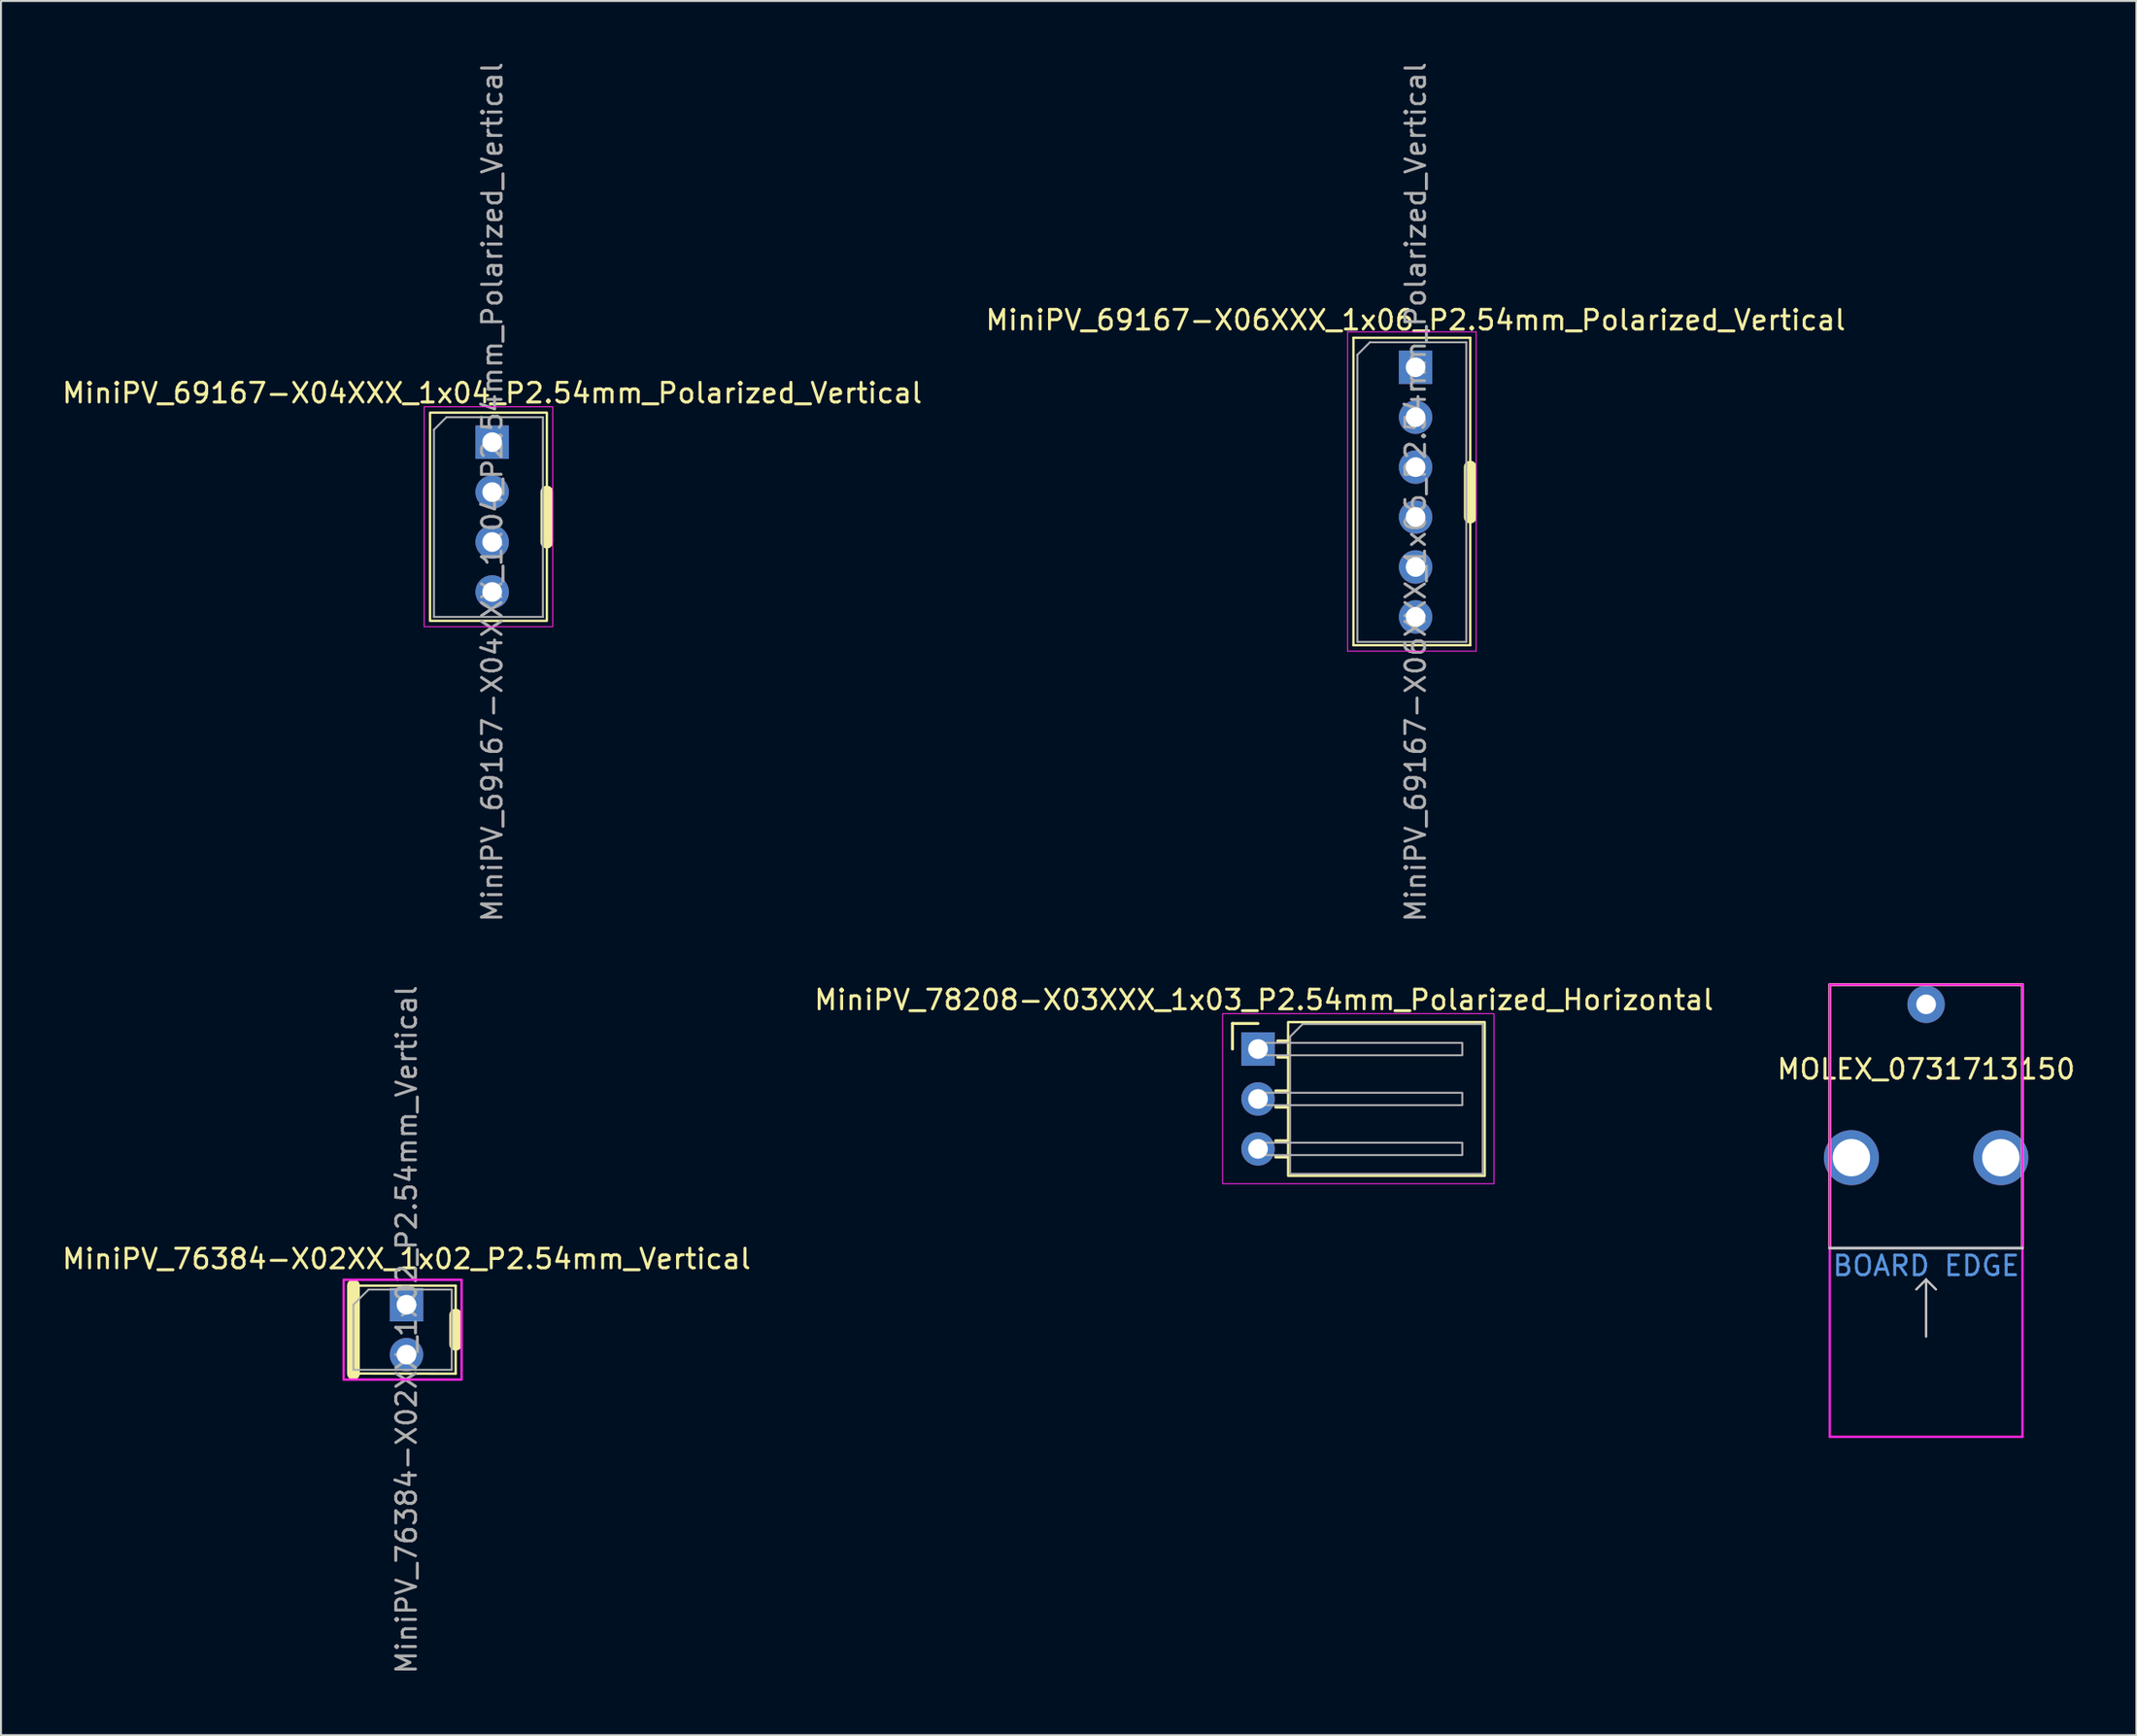
<source format=kicad_pcb>
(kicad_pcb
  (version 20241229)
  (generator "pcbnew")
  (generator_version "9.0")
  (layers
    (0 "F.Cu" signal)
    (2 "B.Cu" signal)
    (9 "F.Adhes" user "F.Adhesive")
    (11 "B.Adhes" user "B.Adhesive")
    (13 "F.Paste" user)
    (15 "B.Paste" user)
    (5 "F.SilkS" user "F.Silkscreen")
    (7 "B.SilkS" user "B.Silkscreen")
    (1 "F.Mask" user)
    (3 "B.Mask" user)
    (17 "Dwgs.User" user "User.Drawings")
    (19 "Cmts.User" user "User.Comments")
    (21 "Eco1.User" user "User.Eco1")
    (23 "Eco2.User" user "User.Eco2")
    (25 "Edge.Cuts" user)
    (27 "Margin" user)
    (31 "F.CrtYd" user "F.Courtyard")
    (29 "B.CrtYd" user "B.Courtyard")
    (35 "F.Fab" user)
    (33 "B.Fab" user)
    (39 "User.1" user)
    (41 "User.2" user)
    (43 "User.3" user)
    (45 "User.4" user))
  (footprint "MiniPV_76384-X02XX_1x02_P2.54mm_Vertical"
    (layer "F.Cu")
    (at 17.625 63.319)
    (property "Reference" "MiniPV_76384-X02XX_1x02_P2.54mm_Vertical" (at 0 -2.33 0) (layer "F.SilkS") (effects (font (size 1 1) (thickness 0.15))))
    (attr through_hole)
    (fp_line (start -2.7 -0.97) (end -2.7 3.5) (stroke (width 0.65) (type solid)) (layer "F.SilkS"))
    (fp_line (start -2.7 -0.97) (end 2.5 -0.97) (stroke (width 0.12) (type solid)) (layer "F.SilkS"))
    (fp_line (start -2.7 3.5) (end 2.5 3.51) (stroke (width 0.12) (type solid)) (layer "F.SilkS"))
    (fp_line (start 2.5 -0.97) (end 2.5 3.51) (stroke (width 0.12) (type solid)) (layer "F.SilkS"))
    (fp_line (start 2.5 0.53) (end 2.5 2.01) (stroke (width 0.65) (type solid)) (layer "F.SilkS"))
    (fp_rect (start -3.2 -1.27) (end 2.8 3.81) (stroke (width 0.12) (type solid)) (fill no) (layer "F.CrtYd"))
    (fp_line (start -2.7 0) (end -1.93 -0.77) (stroke (width 0.1) (type solid)) (layer "F.Fab"))
    (fp_line (start -2.7 3.31) (end -2.7 0) (stroke (width 0.1) (type solid)) (layer "F.Fab"))
    (fp_line (start -1.93 -0.77) (end 2.3 -0.77) (stroke (width 0.1) (type solid)) (layer "F.Fab"))
    (fp_line (start 2.3 -0.77) (end 2.3 3.31) (stroke (width 0.1) (type solid)) (layer "F.Fab"))
    (fp_line (start 2.3 3.31) (end -2.7 3.31) (stroke (width 0.1) (type solid)) (layer "F.Fab"))
    (fp_text user "${REFERENCE}" (at 0 1.27 90) (layer "F.Fab") (effects (font (size 1 1) (thickness 0.15))))
    (pad "1" thru_hole rect (at 0 0) (size 1.7 1.7) (drill 1) (layers "*.Cu" "*.Mask"))
    (pad "2" thru_hole oval (at 0 2.54) (size 1.7 1.7) (drill 1) (layers "*.Cu" "*.Mask")))
  (footprint "MiniPV_78208-X03XXX_1x03_P2.54mm_Polarized_Horizontal"
    (layer "F.Cu")
    (at 60.932 50.313)
    (property "Reference" "MiniPV_78208-X03XXX_1x03_P2.54mm_Polarized_Horizontal" (at 0.3 -2.5 0) (unlocked yes) (layer "F.SilkS") (effects (font (size 1 1) (thickness 0.15))))
    (attr through_hole)
    (fp_line (start -1.3 -1.3) (end 0 -1.3) (stroke (width 0.15) (type solid)) (layer "F.SilkS"))
    (fp_line (start -1.3 0) (end -1.3 -1.3) (stroke (width 0.15) (type solid)) (layer "F.SilkS"))
    (fp_line (start 1.5 -0.415) (end 1 -0.415) (stroke (width 0.15) (type solid)) (layer "F.SilkS"))
    (fp_line (start 1.5 0.415) (end 1 0.415) (stroke (width 0.15) (type solid)) (layer "F.SilkS"))
    (fp_line (start 1.5 2.125) (end 0.9 2.125) (stroke (width 0.15) (type solid)) (layer "F.SilkS"))
    (fp_line (start 1.5 2.955) (end 0.9 2.955) (stroke (width 0.15) (type solid)) (layer "F.SilkS"))
    (fp_line (start 1.5 4.665) (end 0.9 4.665) (stroke (width 0.15) (type solid)) (layer "F.SilkS"))
    (fp_line (start 1.5 5.495) (end 0.9 5.495) (stroke (width 0.15) (type solid)) (layer "F.SilkS"))
    (fp_rect (start 1.53 -1.37) (end 11.53 6.45) (stroke (width 0.12) (type solid)) (fill no) (layer "F.SilkS"))
    (fp_rect (start -1.8 -1.8) (end 12 6.85) (stroke (width 0.05) (type solid)) (fill no) (layer "F.CrtYd"))
    (fp_line (start 1.63 -0.63) (end 1.63 6.35) (stroke (width 0.1) (type solid)) (layer "F.Fab"))
    (fp_line (start 1.63 -0.63) (end 2.27 -1.27) (stroke (width 0.1) (type solid)) (layer "F.Fab"))
    (fp_line (start 11.43 -1.27) (end 2.27 -1.27) (stroke (width 0.1) (type solid)) (layer "F.Fab"))
    (fp_line (start 11.43 -1.27) (end 11.43 6.35) (stroke (width 0.1) (type solid)) (layer "F.Fab"))
    (fp_line (start 11.43 6.35) (end 1.63 6.35) (stroke (width 0.1) (type solid)) (layer "F.Fab"))
    (fp_rect (start -0.32 -0.315) (end 10.39 0.315) (stroke (width 0.1) (type solid)) (fill no) (layer "F.Fab"))
    (fp_rect (start -0.32 2.225) (end 10.39 2.855) (stroke (width 0.1) (type solid)) (fill no) (layer "F.Fab"))
    (fp_rect (start -0.32 4.765) (end 10.39 5.395) (stroke (width 0.1) (type solid)) (fill no) (layer "F.Fab"))
    (pad "1" thru_hole rect (at 0 0) (size 1.7 1.7) (drill 1) (layers "*.Cu" "*.Mask"))
    (pad "2" thru_hole circle (at 0 2.54) (size 1.7 1.7) (drill 1) (layers "*.Cu" "*.Mask"))
    (pad "3" thru_hole circle (at 0 5.08) (size 1.7 1.7) (drill 1) (layers "*.Cu" "*.Mask")))
  (footprint "MiniPV_69167-X04XXX_1x04_P2.54mm_Polarized_Vertical"
    (layer "F.Cu")
    (at 21.982 19.442)
    (property "Reference" "MiniPV_69167-X04XXX_1x04_P2.54mm_Polarized_Vertical" (at 0 -2.5 0) (layer "F.SilkS") (effects (font (size 1 1) (thickness 0.15))))
    (attr through_hole)
    (fp_line (start 2.78 5.08) (end 2.78 2.54) (stroke (width 0.65) (type solid)) (layer "F.SilkS"))
    (fp_rect (start -3.16 -1.5) (end 2.78 9.09) (stroke (width 0.12) (type solid)) (fill no) (layer "F.SilkS"))
    (fp_rect (start -3.46 -1.8) (end 3.08 9.39) (stroke (width 0.05) (type solid)) (fill no) (layer "F.CrtYd"))
    (fp_line (start -2.96 -0.635) (end -2.325 -1.27) (stroke (width 0.1) (type solid)) (layer "F.Fab"))
    (fp_line (start -2.96 8.89) (end -2.96 -0.635) (stroke (width 0.1) (type solid)) (layer "F.Fab"))
    (fp_line (start -2.325 -1.27) (end 2.58 -1.27) (stroke (width 0.1) (type solid)) (layer "F.Fab"))
    (fp_line (start 2.58 -1.27) (end 2.58 8.89) (stroke (width 0.1) (type solid)) (layer "F.Fab"))
    (fp_line (start 2.58 8.89) (end -2.96 8.89) (stroke (width 0.1) (type solid)) (layer "F.Fab"))
    (fp_text user "${REFERENCE}" (at 0 2.54 90) (layer "F.Fab") (effects (font (size 1 1) (thickness 0.15))))
    (pad "1" thru_hole rect (at 0 0) (size 1.7 1.7) (drill 1) (layers "*.Cu" "*.Mask"))
    (pad "2" thru_hole oval (at 0 2.54) (size 1.7 1.7) (drill 1) (layers "*.Cu" "*.Mask"))
    (pad "3" thru_hole oval (at 0 5.08) (size 1.7 1.7) (drill 1) (layers "*.Cu" "*.Mask"))
    (pad "4" thru_hole oval (at 0 7.62) (size 1.7 1.7) (drill 1) (layers "*.Cu" "*.Mask")))
  (footprint "MiniPV_69167-X06XXX_1x06_P2.54mm_Polarized_Vertical"
    (layer "F.Cu")
    (at 68.946 15.632)
    (property "Reference" "MiniPV_69167-X06XXX_1x06_P2.54mm_Polarized_Vertical" (at 0 -2.4 0) (layer "F.SilkS") (effects (font (size 1 1) (thickness 0.15))))
    (attr through_hole)
    (fp_line (start -3.16 -1.5) (end -3.16 14.14) (stroke (width 0.12) (type solid)) (layer "F.SilkS"))
    (fp_line (start -3.16 -1.5) (end 2.78 -1.5) (stroke (width 0.12) (type solid)) (layer "F.SilkS"))
    (fp_line (start -3.16 14.14) (end 2.78 14.14) (stroke (width 0.12) (type solid)) (layer "F.SilkS"))
    (fp_line (start 2.78 -1.5) (end 2.78 14.14) (stroke (width 0.12) (type solid)) (layer "F.SilkS"))
    (fp_line (start 2.78 5.08) (end 2.78 7.62) (stroke (width 0.65) (type solid)) (layer "F.SilkS"))
    (fp_line (start -3.46 -1.8) (end -3.46 14.44) (stroke (width 0.05) (type solid)) (layer "F.CrtYd"))
    (fp_line (start -3.46 14.44) (end 3.08 14.44) (stroke (width 0.05) (type solid)) (layer "F.CrtYd"))
    (fp_line (start 3.08 -1.8) (end -3.46 -1.8) (stroke (width 0.05) (type solid)) (layer "F.CrtYd"))
    (fp_line (start 3.08 14.44) (end 3.08 -1.8) (stroke (width 0.05) (type solid)) (layer "F.CrtYd"))
    (fp_line (start -2.96 -0.635) (end -2.325 -1.27) (stroke (width 0.1) (type solid)) (layer "F.Fab"))
    (fp_line (start -2.96 13.97) (end -2.96 -0.635) (stroke (width 0.1) (type solid)) (layer "F.Fab"))
    (fp_line (start -2.325 -1.27) (end 2.58 -1.27) (stroke (width 0.1) (type solid)) (layer "F.Fab"))
    (fp_line (start 2.58 -1.27) (end 2.58 13.97) (stroke (width 0.1) (type solid)) (layer "F.Fab"))
    (fp_line (start 2.58 13.97) (end -2.96 13.97) (stroke (width 0.1) (type solid)) (layer "F.Fab"))
    (fp_text user "${REFERENCE}" (at 0 6.35 90) (layer "F.Fab") (effects (font (size 1 1) (thickness 0.15))))
    (pad "1" thru_hole rect (at 0 0) (size 1.7 1.7) (drill 1) (layers "*.Cu" "*.Mask"))
    (pad "2" thru_hole oval (at 0 2.54) (size 1.7 1.7) (drill 1) (layers "*.Cu" "*.Mask"))
    (pad "3" thru_hole oval (at 0 5.08) (size 1.7 1.7) (drill 1) (layers "*.Cu" "*.Mask"))
    (pad "4" thru_hole oval (at 0 7.62) (size 1.7 1.7) (drill 1) (layers "*.Cu" "*.Mask"))
    (pad "5" thru_hole oval (at 0 10.16) (size 1.7 1.7) (drill 1) (layers "*.Cu" "*.Mask"))
    (pad "6" thru_hole oval (at 0 12.7) (size 1.7 1.7) (drill 1) (layers "*.Cu" "*.Mask")))
  (footprint "MOLEX_0731713150"
    (layer "F.Cu")
    (at 94.911 48.039)
    (property "Reference" "MOLEX_0731713150" (at 0 3.3 0) (layer "F.SilkS") (effects (font (size 1 1) (thickness 0.15))))
    (attr through_hole)
    (fp_line (start -4.9 -1) (end 4.9 -1) (stroke (width 0.15) (type solid)) (layer "F.SilkS"))
    (fp_line (start -4.9 12.4) (end -4.9 -1) (stroke (width 0.15) (type solid)) (layer "F.SilkS"))
    (fp_line (start 4.9 -1) (end 4.9 12.4) (stroke (width 0.15) (type solid)) (layer "F.SilkS"))
    (fp_line (start -4.9 12.4) (end 4.9 12.4) (stroke (width 0.15) (type solid)) (layer "Dwgs.User"))
    (fp_line (start 0 14) (end -0.5 14.5) (stroke (width 0.12) (type solid)) (layer "Dwgs.User"))
    (fp_line (start 0 14) (end 0 16.9) (stroke (width 0.12) (type solid)) (layer "Dwgs.User"))
    (fp_line (start 0 14) (end 0.5 14.5) (stroke (width 0.12) (type solid)) (layer "Dwgs.User"))
    (fp_line (start -4.9 -1) (end -4.9 22) (stroke (width 0.12) (type solid)) (layer "F.CrtYd"))
    (fp_line (start -4.9 22) (end 4.9 22) (stroke (width 0.12) (type solid)) (layer "F.CrtYd"))
    (fp_line (start 4.9 -1) (end -4.9 -1) (stroke (width 0.12) (type solid)) (layer "F.CrtYd"))
    (fp_line (start 4.9 22) (end 4.9 -1) (stroke (width 0.12) (type solid)) (layer "F.CrtYd"))
    (fp_text user "BOARD EDGE" (at 0 13.3 0) (layer "Cmts.User") (effects (font (size 1 1) (thickness 0.15))))
    (pad "1" thru_hole circle (at 0 0) (size 1.9 1.9) (drill 1) (layers "*.Cu" "*.Mask"))
    (pad "2" thru_hole circle (at -3.8 7.8) (size 2.8 2.8) (drill 1.9) (layers "*.Cu" "*.Mask"))
    (pad "2" thru_hole circle (at 3.8 7.8) (size 2.8 2.8) (drill 1.9) (layers "*.Cu" "*.Mask")))
  (gr_rect
    (start -3 -3)
    (end 105.607 85.214)
    (stroke (width 0.1) (type default))
    (fill no)
    (layer "Edge.Cuts")))
</source>
